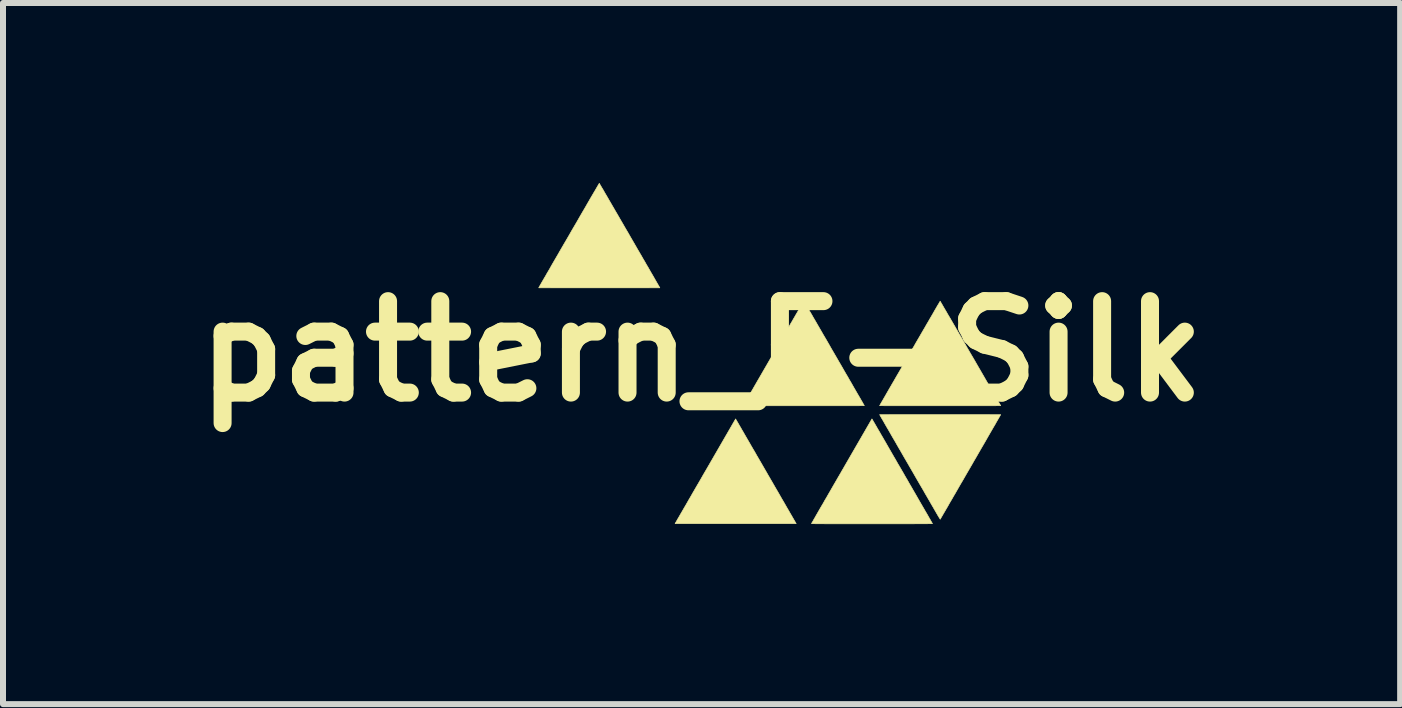
<source format=kicad_pcb>
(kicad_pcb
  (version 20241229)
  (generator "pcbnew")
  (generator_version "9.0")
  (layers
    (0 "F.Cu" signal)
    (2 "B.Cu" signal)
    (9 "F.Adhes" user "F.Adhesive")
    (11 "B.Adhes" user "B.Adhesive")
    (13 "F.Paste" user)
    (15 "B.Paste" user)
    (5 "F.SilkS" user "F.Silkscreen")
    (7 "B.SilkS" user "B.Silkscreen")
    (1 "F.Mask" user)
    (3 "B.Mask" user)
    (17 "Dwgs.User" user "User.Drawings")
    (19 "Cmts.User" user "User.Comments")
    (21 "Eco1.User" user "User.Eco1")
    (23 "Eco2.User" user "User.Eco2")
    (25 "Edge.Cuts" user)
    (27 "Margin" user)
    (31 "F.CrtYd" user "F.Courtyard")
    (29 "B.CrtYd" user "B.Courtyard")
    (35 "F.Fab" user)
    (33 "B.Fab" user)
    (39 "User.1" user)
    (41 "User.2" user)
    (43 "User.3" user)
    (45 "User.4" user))
  (footprint "pattern_F-Silk"
    (layer "F.Cu")
    (at 8.643 2.804)
    (property "Reference" "pattern_F-Silk" (at 0 0 0) (layer "F.SilkS") (effects (font (size 1.524 1.524) (thickness 0.3))))
    (attr through_hole)
    (fp_poly (pts (xy 0.572 1.136) (xy 0.574 1.138) (xy 0.578 1.146) (xy 0.585 1.157) (xy 0.594 1.173) (xy 0.606 1.193) (xy 0.619 1.216) (xy 0.635 1.244) (xy 0.653 1.274) (xy 0.672 1.308) (xy 0.694 1.345) (xy 0.717 1.386) (xy 0.742 1.429) (xy 0.768 1.474) (xy 0.796 1.522) (xy 0.825 1.573) (xy 0.856 1.626) (xy 0.888 1.68) (xy 0.92 1.737) (xy 0.954 1.795) (xy 0.989 1.855) (xy 1.024 1.916) (xy 1.06 1.978) (xy 1.071 1.997) (xy 1.107 2.06) (xy 1.143 2.122) (xy 1.178 2.182) (xy 1.212 2.241) (xy 1.245 2.298) (xy 1.277 2.353) (xy 1.308 2.407) (xy 1.337 2.458) (xy 1.366 2.507) (xy 1.393 2.554) (xy 1.418 2.598) (xy 1.442 2.639) (xy 1.464 2.677) (xy 1.484 2.712) (xy 1.503 2.744) (xy 1.519 2.773) (xy 1.534 2.798) (xy 1.546 2.819) (xy 1.556 2.836) (xy 1.563 2.849) (xy 1.569 2.858) (xy 1.571 2.862) (xy 1.571 2.863) (xy 1.578 2.874) (xy -0.441 2.874) (xy -0.433 2.859) (xy -0.431 2.855) (xy -0.426 2.847) (xy -0.419 2.835) (xy -0.41 2.819) (xy -0.398 2.798) (xy -0.384 2.774) (xy -0.368 2.747) (xy -0.35 2.715) (xy -0.33 2.681) (xy -0.308 2.643) (xy -0.285 2.603) (xy -0.259 2.559) (xy -0.233 2.513) (xy -0.205 2.464) (xy -0.175 2.413) (xy -0.145 2.36) (xy -0.113 2.305) (xy -0.08 2.248) (xy -0.046 2.19) (xy -0.011 2.13) (xy 0.024 2.068) (xy 0.06 2.006) (xy 0.072 1.986) (xy 0.568 1.128) (xy 0.572 1.136)) (stroke (width 0.01) (type solid)) (fill yes) (layer "F.SilkS"))
    (fp_poly (pts (xy 2.845 1.135) (xy 2.847 1.139) (xy 2.851 1.146) (xy 2.858 1.158) (xy 2.867 1.174) (xy 2.879 1.194) (xy 2.892 1.217) (xy 2.908 1.244) (xy 2.925 1.274) (xy 2.944 1.307) (xy 2.965 1.342) (xy 2.987 1.381) (xy 3.011 1.422) (xy 3.036 1.465) (xy 3.062 1.51) (xy 3.089 1.557) (xy 3.117 1.606) (xy 3.146 1.656) (xy 3.176 1.708) (xy 3.206 1.76) (xy 3.237 1.813) (xy 3.268 1.868) (xy 3.3 1.922) (xy 3.332 1.977) (xy 3.364 2.032) (xy 3.395 2.087) (xy 3.427 2.141) (xy 3.458 2.196) (xy 3.489 2.249) (xy 3.519 2.301) (xy 3.549 2.353) (xy 3.578 2.403) (xy 3.606 2.452) (xy 3.633 2.499) (xy 3.659 2.544) (xy 3.684 2.587) (xy 3.708 2.628) (xy 3.73 2.667) (xy 3.751 2.702) (xy 3.77 2.735) (xy 3.787 2.765) (xy 3.802 2.792) (xy 3.816 2.815) (xy 3.827 2.835) (xy 3.836 2.851) (xy 3.843 2.863) (xy 3.848 2.87) (xy 3.849 2.873) (xy 3.849 2.874) (xy 3.849 2.874) (xy 3.846 2.874) (xy 3.841 2.874) (xy 3.834 2.875) (xy 3.825 2.875) (xy 3.813 2.875) (xy 3.798 2.875) (xy 3.781 2.875) (xy 3.761 2.876) (xy 3.738 2.876) (xy 3.711 2.876) (xy 3.682 2.876) (xy 3.649 2.876) (xy 3.612 2.876) (xy 3.572 2.876) (xy 3.527 2.877) (xy 3.479 2.877) (xy 3.427 2.877) (xy 3.37 2.877) (xy 3.309 2.877) (xy 3.244 2.877) (xy 3.174 2.877) (xy 3.099 2.877) (xy 3.019 2.877) (xy 2.934 2.877) (xy 2.844 2.877) (xy 2.841 2.877) (xy 2.753 2.877) (xy 2.671 2.877) (xy 2.594 2.877) (xy 2.521 2.877) (xy 2.454 2.877) (xy 2.391 2.877) (xy 2.332 2.877) (xy 2.278 2.877) (xy 2.227 2.877) (xy 2.181 2.877) (xy 2.138 2.877) (xy 2.099 2.877) (xy 2.063 2.877) (xy 2.031 2.876) (xy 2.002 2.876) (xy 1.976 2.876) (xy 1.952 2.876) (xy 1.932 2.876) (xy 1.913 2.876) (xy 1.897 2.876) (xy 1.884 2.875) (xy 1.872 2.875) (xy 1.862 2.875) (xy 1.854 2.875) (xy 1.848 2.875) (xy 1.843 2.874) (xy 1.839 2.874) (xy 1.836 2.874) (xy 1.834 2.873) (xy 1.833 2.873) (xy 1.833 2.873) (xy 1.833 2.872) (xy 1.834 2.87) (xy 1.838 2.862) (xy 1.845 2.851) (xy 1.854 2.836) (xy 1.865 2.816) (xy 1.878 2.793) (xy 1.894 2.766) (xy 1.911 2.735) (xy 1.931 2.701) (xy 1.952 2.664) (xy 1.975 2.624) (xy 2 2.581) (xy 2.027 2.536) (xy 2.054 2.487) (xy 2.084 2.437) (xy 2.114 2.384) (xy 2.146 2.329) (xy 2.178 2.273) (xy 2.212 2.214) (xy 2.247 2.154) (xy 2.282 2.093) (xy 2.319 2.03) (xy 2.337 1.998) (xy 2.84 1.128) (xy 2.845 1.135)) (stroke (width 0.01) (type solid)) (fill yes) (layer "F.SilkS"))
    (fp_poly (pts (xy -1.703 -2.797) (xy -1.699 -2.79) (xy -1.693 -2.779) (xy -1.684 -2.764) (xy -1.673 -2.745) (xy -1.66 -2.723) (xy -1.644 -2.697) (xy -1.627 -2.667) (xy -1.609 -2.635) (xy -1.588 -2.6) (xy -1.566 -2.562) (xy -1.543 -2.522) (xy -1.518 -2.479) (xy -1.492 -2.434) (xy -1.465 -2.388) (xy -1.437 -2.339) (xy -1.408 -2.29) (xy -1.378 -2.238) (xy -1.348 -2.186) (xy -1.317 -2.133) (xy -1.286 -2.079) (xy -1.254 -2.024) (xy -1.222 -1.97) (xy -1.191 -1.915) (xy -1.159 -1.86) (xy -1.127 -1.805) (xy -1.096 -1.751) (xy -1.065 -1.697) (xy -1.034 -1.644) (xy -1.004 -1.593) (xy -0.975 -1.542) (xy -0.946 -1.493) (xy -0.919 -1.445) (xy -0.892 -1.4) (xy -0.867 -1.356) (xy -0.843 -1.314) (xy -0.82 -1.275) (xy -0.799 -1.239) (xy -0.78 -1.205) (xy -0.762 -1.174) (xy -0.746 -1.146) (xy -0.732 -1.122) (xy -0.72 -1.101) (xy -0.71 -1.084) (xy -0.703 -1.071) (xy -0.698 -1.062) (xy -0.695 -1.058) (xy -0.695 -1.057) (xy -0.698 -1.057) (xy -0.706 -1.057) (xy -0.718 -1.057) (xy -0.736 -1.057) (xy -0.758 -1.057) (xy -0.785 -1.057) (xy -0.816 -1.057) (xy -0.851 -1.057) (xy -0.889 -1.056) (xy -0.932 -1.056) (xy -0.978 -1.056) (xy -1.027 -1.056) (xy -1.08 -1.056) (xy -1.135 -1.056) (xy -1.193 -1.056) (xy -1.254 -1.056) (xy -1.317 -1.056) (xy -1.382 -1.056) (xy -1.45 -1.056) (xy -1.519 -1.056) (xy -1.59 -1.056) (xy -1.662 -1.056) (xy -1.704 -1.056) (xy -1.778 -1.056) (xy -1.849 -1.056) (xy -1.92 -1.056) (xy -1.988 -1.056) (xy -2.055 -1.056) (xy -2.119 -1.056) (xy -2.181 -1.056) (xy -2.241 -1.056) (xy -2.298 -1.056) (xy -2.352 -1.056) (xy -2.403 -1.056) (xy -2.451 -1.056) (xy -2.496 -1.056) (xy -2.537 -1.057) (xy -2.574 -1.057) (xy -2.607 -1.057) (xy -2.636 -1.057) (xy -2.661 -1.057) (xy -2.681 -1.057) (xy -2.697 -1.057) (xy -2.707 -1.057) (xy -2.713 -1.057) (xy -2.714 -1.057) (xy -2.712 -1.06) (xy -2.709 -1.067) (xy -2.702 -1.078) (xy -2.694 -1.093) (xy -2.683 -1.112) (xy -2.67 -1.135) (xy -2.655 -1.161) (xy -2.638 -1.19) (xy -2.619 -1.223) (xy -2.598 -1.258) (xy -2.577 -1.296) (xy -2.553 -1.336) (xy -2.528 -1.379) (xy -2.503 -1.424) (xy -2.476 -1.471) (xy -2.448 -1.519) (xy -2.419 -1.569) (xy -2.389 -1.62) (xy -2.359 -1.673) (xy -2.328 -1.726) (xy -2.297 -1.78) (xy -2.265 -1.834) (xy -2.233 -1.889) (xy -2.201 -1.944) (xy -2.17 -1.999) (xy -2.138 -2.054) (xy -2.106 -2.108) (xy -2.075 -2.161) (xy -2.045 -2.214) (xy -2.015 -2.266) (xy -1.986 -2.316) (xy -1.957 -2.365) (xy -1.929 -2.413) (xy -1.903 -2.459) (xy -1.878 -2.502) (xy -1.854 -2.544) (xy -1.831 -2.583) (xy -1.81 -2.619) (xy -1.79 -2.653) (xy -1.772 -2.683) (xy -1.756 -2.711) (xy -1.742 -2.735) (xy -1.73 -2.756) (xy -1.72 -2.772) (xy -1.713 -2.785) (xy -1.707 -2.794) (xy -1.705 -2.798) (xy -1.704 -2.799) (xy -1.703 -2.797)) (stroke (width 0.01) (type solid)) (fill yes) (layer "F.SilkS"))
    (fp_poly (pts (xy 1.706 -0.832) (xy 1.71 -0.826) (xy 1.716 -0.815) (xy 1.725 -0.8) (xy 1.736 -0.781) (xy 1.749 -0.758) (xy 1.764 -0.732) (xy 1.781 -0.703) (xy 1.8 -0.671) (xy 1.821 -0.636) (xy 1.843 -0.598) (xy 1.866 -0.557) (xy 1.891 -0.515) (xy 1.917 -0.47) (xy 1.944 -0.423) (xy 1.972 -0.375) (xy 2.001 -0.325) (xy 2.03 -0.274) (xy 2.061 -0.222) (xy 2.092 -0.169) (xy 2.123 -0.115) (xy 2.154 -0.06) (xy 2.186 -0.005) (xy 2.218 0.05) (xy 2.25 0.105) (xy 2.281 0.159) (xy 2.313 0.214) (xy 2.344 0.267) (xy 2.374 0.32) (xy 2.404 0.372) (xy 2.434 0.422) (xy 2.462 0.472) (xy 2.49 0.519) (xy 2.516 0.565) (xy 2.541 0.609) (xy 2.565 0.65) (xy 2.588 0.69) (xy 2.609 0.726) (xy 2.629 0.76) (xy 2.647 0.791) (xy 2.663 0.819) (xy 2.677 0.843) (xy 2.689 0.864) (xy 2.698 0.881) (xy 2.706 0.894) (xy 2.711 0.903) (xy 2.713 0.908) (xy 2.714 0.908) (xy 2.711 0.908) (xy 2.703 0.908) (xy 2.691 0.908) (xy 2.673 0.908) (xy 2.651 0.908) (xy 2.624 0.909) (xy 2.593 0.909) (xy 2.558 0.909) (xy 2.52 0.909) (xy 2.477 0.909) (xy 2.431 0.909) (xy 2.382 0.909) (xy 2.329 0.909) (xy 2.274 0.909) (xy 2.216 0.909) (xy 2.155 0.909) (xy 2.092 0.909) (xy 2.027 0.909) (xy 1.959 0.909) (xy 1.89 0.909) (xy 1.819 0.909) (xy 1.747 0.909) (xy 1.704 0.909) (xy 1.631 0.909) (xy 1.56 0.909) (xy 1.489 0.909) (xy 1.421 0.909) (xy 1.354 0.909) (xy 1.29 0.909) (xy 1.228 0.909) (xy 1.168 0.909) (xy 1.111 0.909) (xy 1.057 0.909) (xy 1.006 0.909) (xy 0.958 0.909) (xy 0.913 0.909) (xy 0.872 0.909) (xy 0.835 0.909) (xy 0.802 0.909) (xy 0.773 0.909) (xy 0.748 0.908) (xy 0.728 0.908) (xy 0.712 0.908) (xy 0.702 0.908) (xy 0.696 0.908) (xy 0.695 0.908) (xy 0.696 0.906) (xy 0.7 0.899) (xy 0.707 0.888) (xy 0.715 0.873) (xy 0.726 0.854) (xy 0.739 0.831) (xy 0.754 0.805) (xy 0.771 0.775) (xy 0.79 0.743) (xy 0.81 0.708) (xy 0.832 0.67) (xy 0.856 0.629) (xy 0.88 0.587) (xy 0.906 0.542) (xy 0.933 0.495) (xy 0.961 0.447) (xy 0.99 0.397) (xy 1.02 0.345) (xy 1.05 0.293) (xy 1.081 0.24) (xy 1.112 0.186) (xy 1.144 0.131) (xy 1.176 0.077) (xy 1.207 0.022) (xy 1.239 -0.033) (xy 1.271 -0.088) (xy 1.302 -0.142) (xy 1.333 -0.196) (xy 1.364 -0.249) (xy 1.394 -0.3) (xy 1.423 -0.351) (xy 1.452 -0.4) (xy 1.479 -0.448) (xy 1.506 -0.493) (xy 1.531 -0.537) (xy 1.555 -0.578) (xy 1.578 -0.618) (xy 1.599 -0.654) (xy 1.619 -0.688) (xy 1.637 -0.719) (xy 1.653 -0.746) (xy 1.667 -0.77) (xy 1.679 -0.791) (xy 1.689 -0.808) (xy 1.696 -0.821) (xy 1.701 -0.83) (xy 1.704 -0.834) (xy 1.704 -0.835) (xy 1.706 -0.832)) (stroke (width 0.01) (type solid)) (fill yes) (layer "F.SilkS"))
    (fp_poly (pts (xy 3.979 -0.831) (xy 3.983 -0.825) (xy 3.989 -0.814) (xy 3.998 -0.799) (xy 4.009 -0.78) (xy 4.022 -0.757) (xy 4.037 -0.731) (xy 4.054 -0.702) (xy 4.073 -0.67) (xy 4.093 -0.635) (xy 4.115 -0.597) (xy 4.139 -0.557) (xy 4.164 -0.514) (xy 4.19 -0.469) (xy 4.217 -0.423) (xy 4.245 -0.374) (xy 4.274 -0.324) (xy 4.303 -0.273) (xy 4.334 -0.221) (xy 4.365 -0.168) (xy 4.396 -0.114) (xy 4.427 -0.059) (xy 4.459 -0.004) (xy 4.491 0.051) (xy 4.523 0.105) (xy 4.555 0.16) (xy 4.586 0.214) (xy 4.617 0.268) (xy 4.648 0.321) (xy 4.678 0.373) (xy 4.707 0.423) (xy 4.735 0.472) (xy 4.763 0.52) (xy 4.789 0.566) (xy 4.814 0.609) (xy 4.838 0.651) (xy 4.861 0.69) (xy 4.882 0.727) (xy 4.902 0.76) (xy 4.919 0.791) (xy 4.935 0.819) (xy 4.949 0.843) (xy 4.961 0.864) (xy 4.971 0.881) (xy 4.979 0.894) (xy 4.984 0.903) (xy 4.986 0.908) (xy 4.986 0.908) (xy 4.984 0.908) (xy 4.976 0.908) (xy 4.963 0.908) (xy 4.946 0.908) (xy 4.923 0.908) (xy 4.897 0.909) (xy 4.866 0.909) (xy 4.831 0.909) (xy 4.792 0.909) (xy 4.75 0.909) (xy 4.704 0.909) (xy 4.654 0.909) (xy 4.602 0.909) (xy 4.547 0.909) (xy 4.488 0.909) (xy 4.428 0.909) (xy 4.365 0.909) (xy 4.299 0.909) (xy 4.232 0.909) (xy 4.163 0.909) (xy 4.092 0.909) (xy 4.019 0.909) (xy 3.977 0.909) (xy 3.904 0.909) (xy 3.832 0.909) (xy 3.762 0.909) (xy 3.693 0.909) (xy 3.627 0.909) (xy 3.563 0.909) (xy 3.5 0.909) (xy 3.441 0.909) (xy 3.384 0.909) (xy 3.33 0.909) (xy 3.278 0.909) (xy 3.23 0.909) (xy 3.186 0.909) (xy 3.145 0.909) (xy 3.108 0.909) (xy 3.075 0.909) (xy 3.046 0.909) (xy 3.021 0.908) (xy 3.001 0.908) (xy 2.985 0.908) (xy 2.974 0.908) (xy 2.969 0.908) (xy 2.968 0.908) (xy 2.969 0.906) (xy 2.973 0.899) (xy 2.979 0.888) (xy 2.988 0.872) (xy 2.999 0.853) (xy 3.012 0.831) (xy 3.027 0.805) (xy 3.044 0.775) (xy 3.063 0.743) (xy 3.083 0.707) (xy 3.105 0.669) (xy 3.128 0.629) (xy 3.153 0.586) (xy 3.179 0.541) (xy 3.206 0.495) (xy 3.234 0.446) (xy 3.263 0.396) (xy 3.293 0.345) (xy 3.323 0.293) (xy 3.354 0.24) (xy 3.385 0.186) (xy 3.417 0.131) (xy 3.448 0.076) (xy 3.48 0.021) (xy 3.512 -0.034) (xy 3.544 -0.088) (xy 3.575 -0.143) (xy 3.606 -0.196) (xy 3.637 -0.249) (xy 3.667 -0.301) (xy 3.696 -0.351) (xy 3.725 -0.4) (xy 3.752 -0.448) (xy 3.779 -0.493) (xy 3.804 -0.537) (xy 3.828 -0.578) (xy 3.851 -0.617) (xy 3.872 -0.654) (xy 3.891 -0.688) (xy 3.909 -0.718) (xy 3.925 -0.746) (xy 3.939 -0.77) (xy 3.952 -0.79) (xy 3.961 -0.807) (xy 3.969 -0.82) (xy 3.974 -0.829) (xy 3.977 -0.833) (xy 3.977 -0.834) (xy 3.979 -0.831)) (stroke (width 0.01) (type solid)) (fill yes) (layer "F.SilkS"))
    (fp_poly (pts (xy 4.05 1.056) (xy 4.122 1.056) (xy 4.192 1.056) (xy 4.261 1.056) (xy 4.327 1.056) (xy 4.392 1.056) (xy 4.454 1.056) (xy 4.514 1.056) (xy 4.571 1.056) (xy 4.625 1.056) (xy 4.676 1.056) (xy 4.724 1.056) (xy 4.768 1.056) (xy 4.809 1.057) (xy 4.846 1.057) (xy 4.88 1.057) (xy 4.909 1.057) (xy 4.933 1.057) (xy 4.954 1.057) (xy 4.969 1.057) (xy 4.98 1.057) (xy 4.986 1.057) (xy 4.986 1.057) (xy 4.985 1.059) (xy 4.981 1.066) (xy 4.975 1.077) (xy 4.966 1.092) (xy 4.955 1.111) (xy 4.942 1.134) (xy 4.927 1.16) (xy 4.91 1.189) (xy 4.892 1.222) (xy 4.871 1.257) (xy 4.849 1.295) (xy 4.826 1.335) (xy 4.801 1.378) (xy 4.775 1.423) (xy 4.749 1.469) (xy 4.721 1.518) (xy 4.692 1.568) (xy 4.662 1.619) (xy 4.632 1.671) (xy 4.601 1.725) (xy 4.57 1.779) (xy 4.538 1.833) (xy 4.507 1.888) (xy 4.475 1.943) (xy 4.443 1.998) (xy 4.411 2.053) (xy 4.38 2.107) (xy 4.349 2.161) (xy 4.318 2.213) (xy 4.288 2.265) (xy 4.259 2.316) (xy 4.231 2.365) (xy 4.203 2.412) (xy 4.177 2.458) (xy 4.151 2.502) (xy 4.127 2.543) (xy 4.105 2.583) (xy 4.084 2.619) (xy 4.064 2.653) (xy 4.046 2.684) (xy 4.03 2.711) (xy 4.016 2.736) (xy 4.004 2.756) (xy 3.994 2.773) (xy 3.987 2.786) (xy 3.982 2.795) (xy 3.979 2.8) (xy 3.978 2.8) (xy 3.977 2.799) (xy 3.973 2.793) (xy 3.967 2.783) (xy 3.959 2.771) (xy 3.95 2.755) (xy 3.939 2.738) (xy 3.93 2.721) (xy 3.925 2.713) (xy 3.917 2.7) (xy 3.907 2.682) (xy 3.895 2.661) (xy 3.88 2.636) (xy 3.864 2.607) (xy 3.845 2.575) (xy 3.824 2.539) (xy 3.802 2.5) (xy 3.778 2.459) (xy 3.752 2.414) (xy 3.725 2.368) (xy 3.697 2.318) (xy 3.667 2.267) (xy 3.636 2.214) (xy 3.604 2.159) (xy 3.571 2.102) (xy 3.538 2.044) (xy 3.504 1.985) (xy 3.469 1.925) (xy 3.434 1.864) (xy 3.425 1.849) (xy 3.39 1.789) (xy 3.356 1.73) (xy 3.323 1.672) (xy 3.29 1.616) (xy 3.259 1.562) (xy 3.229 1.509) (xy 3.199 1.458) (xy 3.171 1.41) (xy 3.145 1.364) (xy 3.12 1.32) (xy 3.096 1.28) (xy 3.074 1.242) (xy 3.054 1.207) (xy 3.036 1.175) (xy 3.02 1.147) (xy 3.005 1.122) (xy 2.993 1.101) (xy 2.983 1.084) (xy 2.976 1.071) (xy 2.971 1.062) (xy 2.968 1.058) (xy 2.968 1.057) (xy 2.97 1.057) (xy 2.978 1.057) (xy 2.991 1.057) (xy 3.009 1.057) (xy 3.031 1.057) (xy 3.057 1.057) (xy 3.088 1.057) (xy 3.123 1.057) (xy 3.162 1.056) (xy 3.204 1.056) (xy 3.25 1.056) (xy 3.3 1.056) (xy 3.352 1.056) (xy 3.408 1.056) (xy 3.466 1.056) (xy 3.526 1.056) (xy 3.59 1.056) (xy 3.655 1.056) (xy 3.722 1.056) (xy 3.792 1.056) (xy 3.863 1.056) (xy 3.935 1.056) (xy 3.977 1.056) (xy 4.05 1.056)) (stroke (width 0.01) (type solid)) (fill yes) (layer "F.SilkS")))
  (gr_rect
    (start -3 -3)
    (end 20.287 8.686)
    (stroke (width 0.1) (type default))
    (fill no)
    (layer "Edge.Cuts")))
</source>
